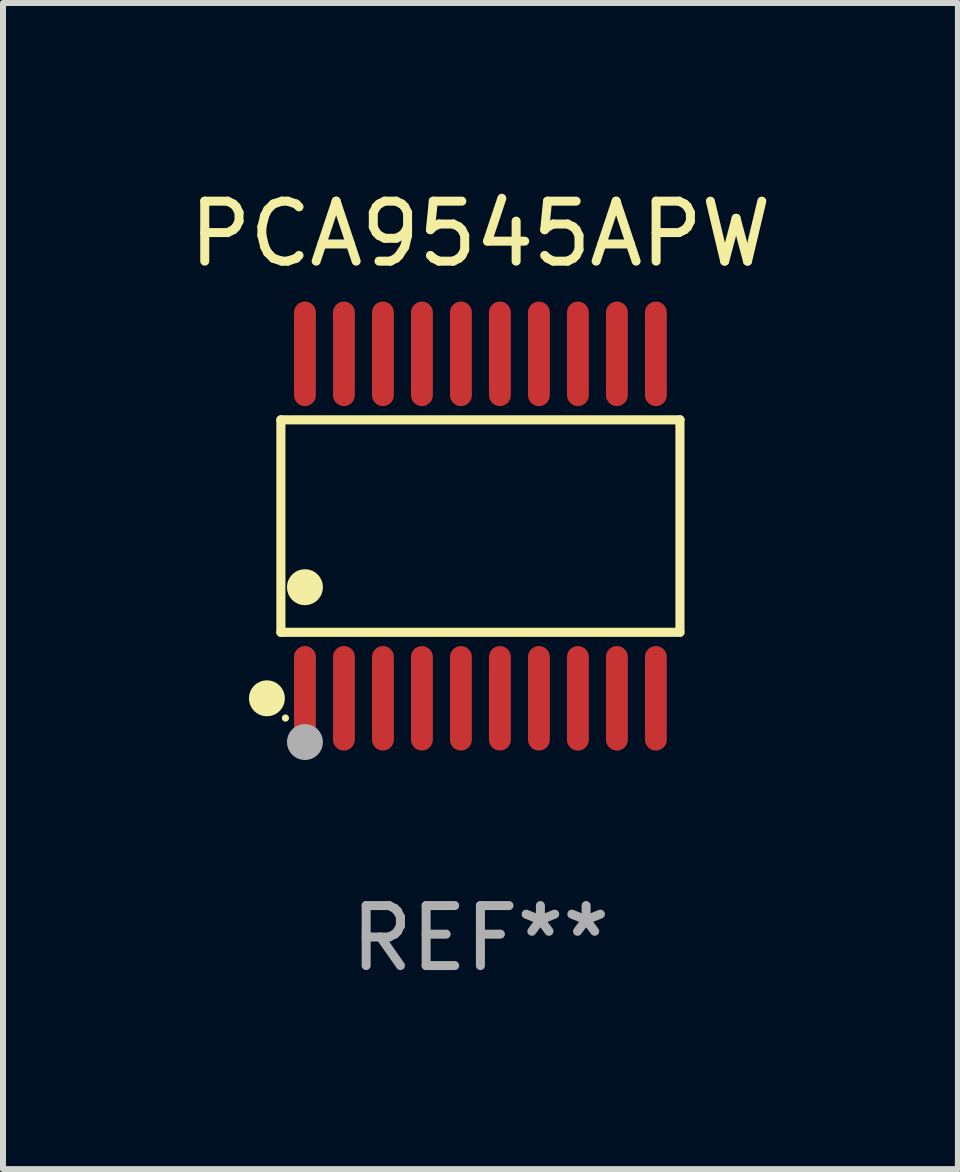
<source format=kicad_pcb>
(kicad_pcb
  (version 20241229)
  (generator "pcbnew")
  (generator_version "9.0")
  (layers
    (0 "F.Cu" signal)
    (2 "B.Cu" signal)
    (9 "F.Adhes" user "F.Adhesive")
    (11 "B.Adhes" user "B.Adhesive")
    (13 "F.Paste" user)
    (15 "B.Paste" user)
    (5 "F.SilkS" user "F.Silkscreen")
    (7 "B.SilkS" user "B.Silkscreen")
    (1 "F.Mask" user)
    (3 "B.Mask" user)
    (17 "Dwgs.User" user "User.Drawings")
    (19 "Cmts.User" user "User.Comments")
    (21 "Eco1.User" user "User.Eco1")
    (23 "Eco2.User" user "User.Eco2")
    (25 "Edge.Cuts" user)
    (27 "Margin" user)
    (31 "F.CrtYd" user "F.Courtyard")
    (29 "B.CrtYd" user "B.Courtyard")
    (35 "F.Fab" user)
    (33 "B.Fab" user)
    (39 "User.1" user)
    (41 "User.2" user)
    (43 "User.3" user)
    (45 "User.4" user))
  (footprint "PCA9545APW"
    (layer "F.Cu")
    (at 4.958 5.719)
    (property "Reference" "PCA9545APW" (at 0 -4.871 0) (layer "F.SilkS") (effects (font (size 1 1) (thickness 0.15))))
    (attr through_hole)
    (fp_line (start -3.326 -1.771) (end 3.326 -1.771) (stroke (width 0.152) (type solid)) (layer "F.SilkS"))
    (fp_line (start -3.326 1.771) (end -3.326 -1.771) (stroke (width 0.152) (type solid)) (layer "F.SilkS"))
    (fp_line (start 3.326 -1.771) (end 3.326 1.771) (stroke (width 0.152) (type solid)) (layer "F.SilkS"))
    (fp_line (start 3.326 1.771) (end -3.326 1.771) (stroke (width 0.152) (type solid)) (layer "F.SilkS"))
    (fp_circle (center -3.559 2.871) (end -3.409 2.871) (stroke (width 0.3) (type solid)) (fill no) (layer "F.SilkS"))
    (fp_circle (center -3.25 3.2) (end -3.22 3.2) (stroke (width 0.06) (type solid)) (fill no) (layer "F.SilkS"))
    (fp_circle (center -2.925 1.019) (end -2.775 1.019) (stroke (width 0.3) (type solid)) (fill no) (layer "F.SilkS"))
    (fp_circle (center -2.925 3.6) (end -2.775 3.6) (stroke (width 0.3) (type solid)) (fill no) (layer "F.Fab"))
    (fp_text user "REF**" (at 0 6.871 0) (layer "F.Fab") (effects (font (size 1 1) (thickness 0.15))))
    (pad "1" smd oval (at -2.925 2.871) (size 0.364 1.742) (layers "F.Cu" "F.Mask" "F.Paste"))
    (pad "2" smd oval (at -2.275 2.871) (size 0.364 1.742) (layers "F.Cu" "F.Mask" "F.Paste"))
    (pad "3" smd oval (at -1.625 2.871) (size 0.364 1.742) (layers "F.Cu" "F.Mask" "F.Paste"))
    (pad "4" smd oval (at -0.975 2.871) (size 0.364 1.742) (layers "F.Cu" "F.Mask" "F.Paste"))
    (pad "5" smd oval (at -0.325 2.871) (size 0.364 1.742) (layers "F.Cu" "F.Mask" "F.Paste"))
    (pad "6" smd oval (at 0.325 2.871) (size 0.364 1.742) (layers "F.Cu" "F.Mask" "F.Paste"))
    (pad "7" smd oval (at 0.975 2.871) (size 0.364 1.742) (layers "F.Cu" "F.Mask" "F.Paste"))
    (pad "8" smd oval (at 1.625 2.871) (size 0.364 1.742) (layers "F.Cu" "F.Mask" "F.Paste"))
    (pad "9" smd oval (at 2.275 2.871) (size 0.364 1.742) (layers "F.Cu" "F.Mask" "F.Paste"))
    (pad "10" smd oval (at 2.925 2.871) (size 0.364 1.742) (layers "F.Cu" "F.Mask" "F.Paste"))
    (pad "11" smd oval (at 2.925 -2.871) (size 0.364 1.742) (layers "F.Cu" "F.Mask" "F.Paste"))
    (pad "12" smd oval (at 2.275 -2.871) (size 0.364 1.742) (layers "F.Cu" "F.Mask" "F.Paste"))
    (pad "13" smd oval (at 1.625 -2.871) (size 0.364 1.742) (layers "F.Cu" "F.Mask" "F.Paste"))
    (pad "14" smd oval (at 0.975 -2.871) (size 0.364 1.742) (layers "F.Cu" "F.Mask" "F.Paste"))
    (pad "15" smd oval (at 0.325 -2.871) (size 0.364 1.742) (layers "F.Cu" "F.Mask" "F.Paste"))
    (pad "16" smd oval (at -0.325 -2.871) (size 0.364 1.742) (layers "F.Cu" "F.Mask" "F.Paste"))
    (pad "17" smd oval (at -0.975 -2.871) (size 0.364 1.742) (layers "F.Cu" "F.Mask" "F.Paste"))
    (pad "18" smd oval (at -1.625 -2.871) (size 0.364 1.742) (layers "F.Cu" "F.Mask" "F.Paste"))
    (pad "19" smd oval (at -2.275 -2.871) (size 0.364 1.742) (layers "F.Cu" "F.Mask" "F.Paste"))
    (pad "20" smd oval (at -2.925 -2.871) (size 0.364 1.742) (layers "F.Cu" "F.Mask" "F.Paste")))
  (gr_rect
    (start -3 -3)
    (end 12.917 16.438)
    (stroke (width 0.1) (type default))
    (fill no)
    (layer "Edge.Cuts")))
</source>
